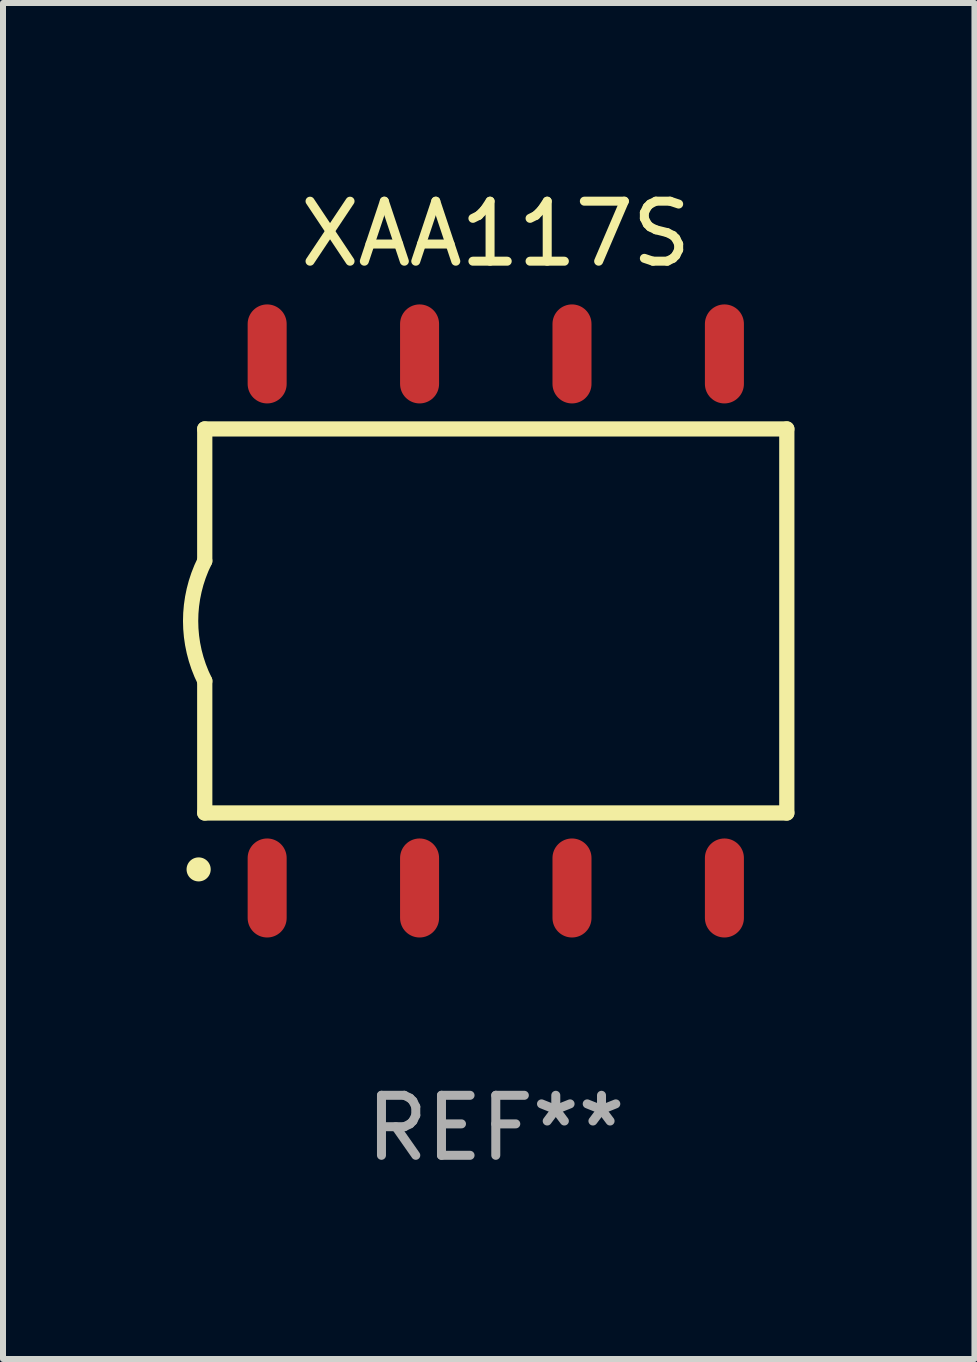
<source format=kicad_pcb>
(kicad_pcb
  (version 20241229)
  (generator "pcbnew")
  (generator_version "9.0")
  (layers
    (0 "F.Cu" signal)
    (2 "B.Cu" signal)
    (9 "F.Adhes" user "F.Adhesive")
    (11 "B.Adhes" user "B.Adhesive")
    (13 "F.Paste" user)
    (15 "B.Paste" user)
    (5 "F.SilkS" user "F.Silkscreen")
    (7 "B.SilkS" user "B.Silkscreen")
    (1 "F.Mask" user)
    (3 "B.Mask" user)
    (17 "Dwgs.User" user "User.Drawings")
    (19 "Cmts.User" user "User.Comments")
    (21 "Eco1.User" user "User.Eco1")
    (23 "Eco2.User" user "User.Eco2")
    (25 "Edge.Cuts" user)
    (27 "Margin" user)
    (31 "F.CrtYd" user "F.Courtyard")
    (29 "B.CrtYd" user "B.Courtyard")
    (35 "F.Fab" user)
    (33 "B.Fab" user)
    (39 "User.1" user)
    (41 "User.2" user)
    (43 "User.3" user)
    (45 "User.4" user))
  (footprint "XAA117S"
    (layer "F.Cu")
    (at 5.212 7.298)
    (property "Reference" "XAA117S" (at 0 -6.45 0) (layer "F.SilkS") (effects (font (size 1 1) (thickness 0.15))))
    (attr through_hole)
    (fp_line (start -4.85 -3.2) (end -4.85 -1) (stroke (width 0.254) (type solid)) (layer "F.SilkS"))
    (fp_line (start -4.85 -3.2) (end 4.85 -3.2) (stroke (width 0.254) (type solid)) (layer "F.SilkS"))
    (fp_line (start -4.85 3.2) (end -4.85 1) (stroke (width 0.254) (type solid)) (layer "F.SilkS"))
    (fp_line (start 4.85 -3.2) (end 4.85 3.2) (stroke (width 0.254) (type solid)) (layer "F.SilkS"))
    (fp_line (start 4.85 3.2) (end -4.85 3.2) (stroke (width 0.254) (type solid)) (layer "F.SilkS"))
    (fp_arc (start -4.95301 4.140208) (mid -4.95174 4.140204) (end -4.95047 4.140208) (stroke (width 0.4) (type solid)) (layer "F.SilkS"))
    (fp_arc (start -4.84887 1.000762) (mid -5.085418 0.000516) (end -4.850013 -1) (stroke (width 0.254001) (type solid)) (layer "F.SilkS"))
    (fp_text user "REF**" (at 0 8.45 0) (layer "F.Fab") (effects (font (size 1 1) (thickness 0.15))))
    (pad "1" smd oval (at -3.81 4.45) (size 0.65 1.65) (layers "F.Cu" "F.Mask" "F.Paste"))
    (pad "2" smd oval (at -1.27 4.45) (size 0.65 1.65) (layers "F.Cu" "F.Mask" "F.Paste"))
    (pad "3" smd oval (at 1.27 4.45) (size 0.65 1.65) (layers "F.Cu" "F.Mask" "F.Paste"))
    (pad "4" smd oval (at 3.81 4.45) (size 0.65 1.65) (layers "F.Cu" "F.Mask" "F.Paste"))
    (pad "5" smd oval (at 3.81 -4.45 180) (size 0.65 1.65) (layers "F.Cu" "F.Mask" "F.Paste"))
    (pad "6" smd oval (at 1.27 -4.45 180) (size 0.65 1.65) (layers "F.Cu" "F.Mask" "F.Paste"))
    (pad "7" smd oval (at -1.27 -4.45 180) (size 0.65 1.65) (layers "F.Cu" "F.Mask" "F.Paste"))
    (pad "8" smd oval (at -3.81 -4.45 180) (size 0.65 1.65) (layers "F.Cu" "F.Mask" "F.Paste")))
  (gr_rect
    (start -3 -3)
    (end 13.189 19.597)
    (stroke (width 0.1) (type default))
    (fill no)
    (layer "Edge.Cuts")))
</source>
